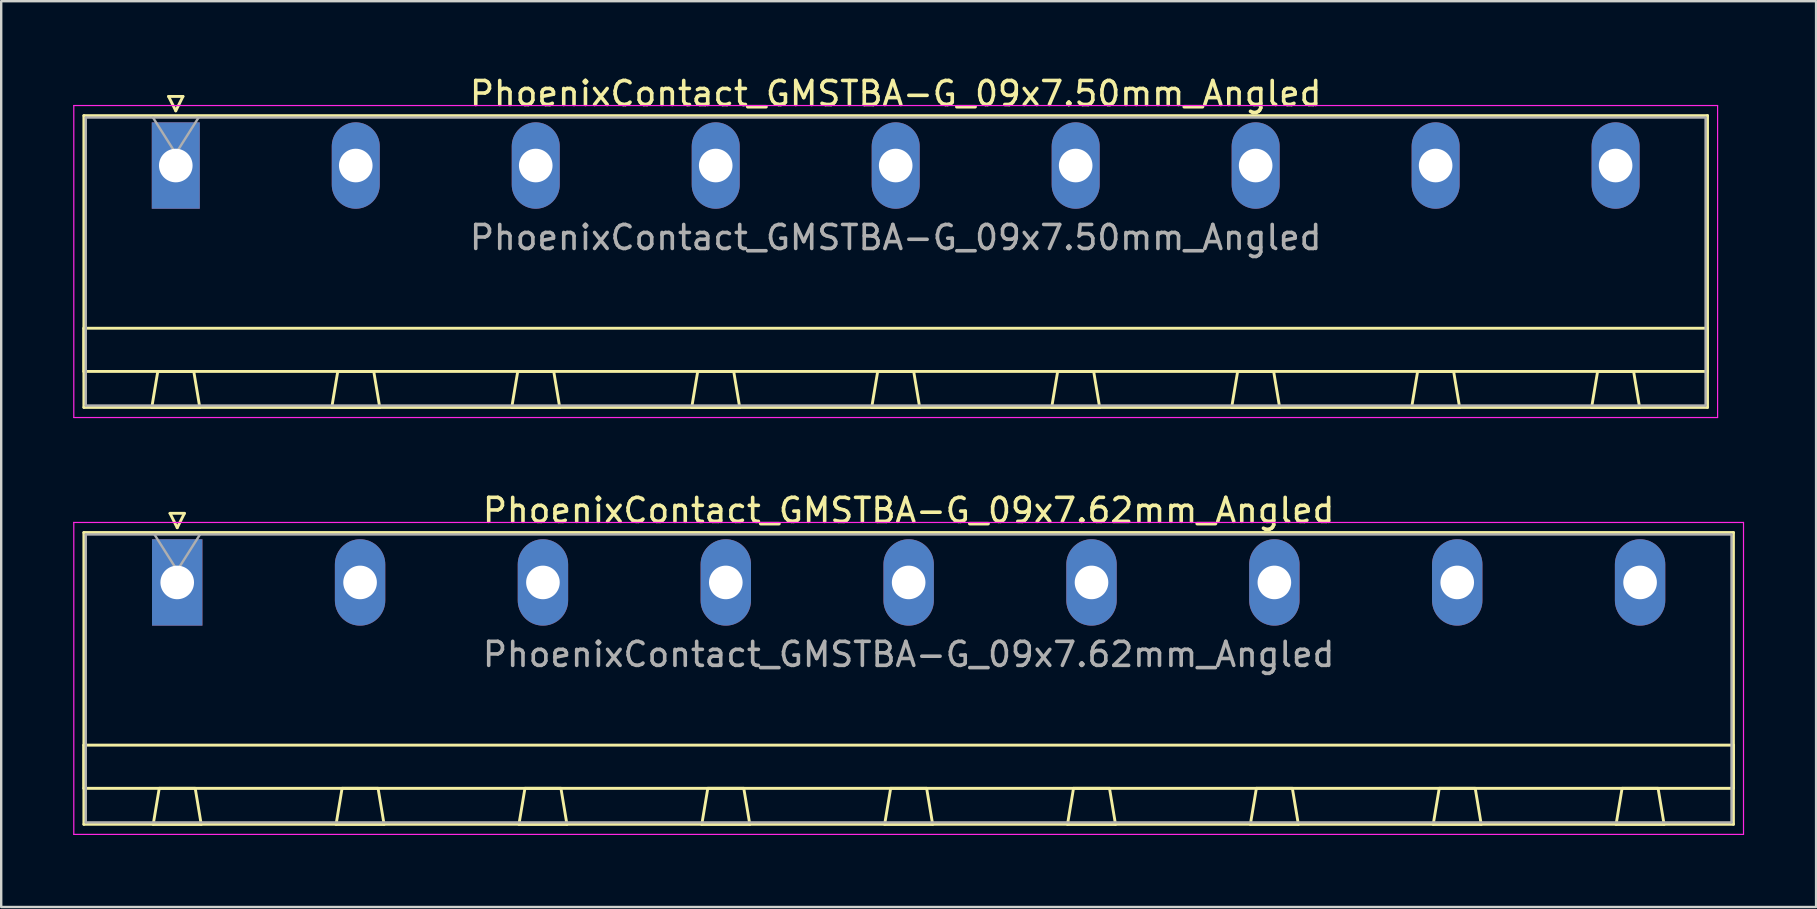
<source format=kicad_pcb>
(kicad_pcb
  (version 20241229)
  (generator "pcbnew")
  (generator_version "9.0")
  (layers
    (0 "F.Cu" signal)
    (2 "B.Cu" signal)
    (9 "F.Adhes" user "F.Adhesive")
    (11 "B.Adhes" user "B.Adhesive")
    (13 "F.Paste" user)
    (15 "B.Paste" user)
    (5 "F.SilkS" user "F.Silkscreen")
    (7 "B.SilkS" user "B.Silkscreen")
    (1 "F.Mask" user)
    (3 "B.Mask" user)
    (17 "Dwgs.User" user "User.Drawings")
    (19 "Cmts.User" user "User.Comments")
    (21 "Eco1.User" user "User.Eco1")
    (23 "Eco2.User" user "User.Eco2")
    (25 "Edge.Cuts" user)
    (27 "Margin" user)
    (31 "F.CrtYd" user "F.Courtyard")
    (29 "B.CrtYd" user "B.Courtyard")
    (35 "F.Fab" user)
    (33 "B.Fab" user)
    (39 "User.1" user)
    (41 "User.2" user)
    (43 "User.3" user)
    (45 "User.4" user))
  (footprint "PhoenixContact_GMSTBA-G_09x7.62mm_Angled"
    (layer "F.Cu")
    (at 4.335 21.221)
    (property "Reference" "PhoenixContact_GMSTBA-G_09x7.62mm_Angled" (at 30.48 -3 0) (layer "F.SilkS") (effects (font (size 1 1) (thickness 0.15))))
    (attr through_hole)
    (fp_line (start -3.89 -2.08) (end -3.89 10.08) (stroke (width 0.12) (type solid)) (layer "F.SilkS"))
    (fp_line (start -3.89 6.78) (end 64.85 6.78) (stroke (width 0.12) (type solid)) (layer "F.SilkS"))
    (fp_line (start -3.89 8.58) (end -3.89 6.78) (stroke (width 0.12) (type solid)) (layer "F.SilkS"))
    (fp_line (start -3.89 10.08) (end 64.85 10.08) (stroke (width 0.12) (type solid)) (layer "F.SilkS"))
    (fp_line (start -1 10.08) (end 1 10.08) (stroke (width 0.12) (type solid)) (layer "F.SilkS"))
    (fp_line (start -0.75 8.58) (end -1 10.08) (stroke (width 0.12) (type solid)) (layer "F.SilkS"))
    (fp_line (start -0.3 -2.88) (end 0.3 -2.88) (stroke (width 0.12) (type solid)) (layer "F.SilkS"))
    (fp_line (start 0 -2.28) (end -0.3 -2.88) (stroke (width 0.12) (type solid)) (layer "F.SilkS"))
    (fp_line (start 0.3 -2.88) (end 0 -2.28) (stroke (width 0.12) (type solid)) (layer "F.SilkS"))
    (fp_line (start 0.75 8.58) (end -0.75 8.58) (stroke (width 0.12) (type solid)) (layer "F.SilkS"))
    (fp_line (start 1 10.08) (end 0.75 8.58) (stroke (width 0.12) (type solid)) (layer "F.SilkS"))
    (fp_line (start 6.62 10.08) (end 8.62 10.08) (stroke (width 0.12) (type solid)) (layer "F.SilkS"))
    (fp_line (start 6.87 8.58) (end 6.62 10.08) (stroke (width 0.12) (type solid)) (layer "F.SilkS"))
    (fp_line (start 8.37 8.58) (end 6.87 8.58) (stroke (width 0.12) (type solid)) (layer "F.SilkS"))
    (fp_line (start 8.62 10.08) (end 8.37 8.58) (stroke (width 0.12) (type solid)) (layer "F.SilkS"))
    (fp_line (start 14.24 10.08) (end 16.24 10.08) (stroke (width 0.12) (type solid)) (layer "F.SilkS"))
    (fp_line (start 14.49 8.58) (end 14.24 10.08) (stroke (width 0.12) (type solid)) (layer "F.SilkS"))
    (fp_line (start 15.99 8.58) (end 14.49 8.58) (stroke (width 0.12) (type solid)) (layer "F.SilkS"))
    (fp_line (start 16.24 10.08) (end 15.99 8.58) (stroke (width 0.12) (type solid)) (layer "F.SilkS"))
    (fp_line (start 21.86 10.08) (end 23.86 10.08) (stroke (width 0.12) (type solid)) (layer "F.SilkS"))
    (fp_line (start 22.11 8.58) (end 21.86 10.08) (stroke (width 0.12) (type solid)) (layer "F.SilkS"))
    (fp_line (start 23.61 8.58) (end 22.11 8.58) (stroke (width 0.12) (type solid)) (layer "F.SilkS"))
    (fp_line (start 23.86 10.08) (end 23.61 8.58) (stroke (width 0.12) (type solid)) (layer "F.SilkS"))
    (fp_line (start 29.48 10.08) (end 31.48 10.08) (stroke (width 0.12) (type solid)) (layer "F.SilkS"))
    (fp_line (start 29.73 8.58) (end 29.48 10.08) (stroke (width 0.12) (type solid)) (layer "F.SilkS"))
    (fp_line (start 31.23 8.58) (end 29.73 8.58) (stroke (width 0.12) (type solid)) (layer "F.SilkS"))
    (fp_line (start 31.48 10.08) (end 31.23 8.58) (stroke (width 0.12) (type solid)) (layer "F.SilkS"))
    (fp_line (start 37.1 10.08) (end 39.1 10.08) (stroke (width 0.12) (type solid)) (layer "F.SilkS"))
    (fp_line (start 37.35 8.58) (end 37.1 10.08) (stroke (width 0.12) (type solid)) (layer "F.SilkS"))
    (fp_line (start 38.85 8.58) (end 37.35 8.58) (stroke (width 0.12) (type solid)) (layer "F.SilkS"))
    (fp_line (start 39.1 10.08) (end 38.85 8.58) (stroke (width 0.12) (type solid)) (layer "F.SilkS"))
    (fp_line (start 44.72 10.08) (end 46.72 10.08) (stroke (width 0.12) (type solid)) (layer "F.SilkS"))
    (fp_line (start 44.97 8.58) (end 44.72 10.08) (stroke (width 0.12) (type solid)) (layer "F.SilkS"))
    (fp_line (start 46.47 8.58) (end 44.97 8.58) (stroke (width 0.12) (type solid)) (layer "F.SilkS"))
    (fp_line (start 46.72 10.08) (end 46.47 8.58) (stroke (width 0.12) (type solid)) (layer "F.SilkS"))
    (fp_line (start 52.34 10.08) (end 54.34 10.08) (stroke (width 0.12) (type solid)) (layer "F.SilkS"))
    (fp_line (start 52.59 8.58) (end 52.34 10.08) (stroke (width 0.12) (type solid)) (layer "F.SilkS"))
    (fp_line (start 54.09 8.58) (end 52.59 8.58) (stroke (width 0.12) (type solid)) (layer "F.SilkS"))
    (fp_line (start 54.34 10.08) (end 54.09 8.58) (stroke (width 0.12) (type solid)) (layer "F.SilkS"))
    (fp_line (start 59.96 10.08) (end 61.96 10.08) (stroke (width 0.12) (type solid)) (layer "F.SilkS"))
    (fp_line (start 60.21 8.58) (end 59.96 10.08) (stroke (width 0.12) (type solid)) (layer "F.SilkS"))
    (fp_line (start 61.71 8.58) (end 60.21 8.58) (stroke (width 0.12) (type solid)) (layer "F.SilkS"))
    (fp_line (start 61.96 10.08) (end 61.71 8.58) (stroke (width 0.12) (type solid)) (layer "F.SilkS"))
    (fp_line (start 64.85 -2.08) (end -3.89 -2.08) (stroke (width 0.12) (type solid)) (layer "F.SilkS"))
    (fp_line (start 64.85 6.78) (end 64.85 8.58) (stroke (width 0.12) (type solid)) (layer "F.SilkS"))
    (fp_line (start 64.85 8.58) (end -3.89 8.58) (stroke (width 0.12) (type solid)) (layer "F.SilkS"))
    (fp_line (start 64.85 10.08) (end 64.85 -2.08) (stroke (width 0.12) (type solid)) (layer "F.SilkS"))
    (fp_line (start -4.31 -2.5) (end -4.31 10.5) (stroke (width 0.05) (type solid)) (layer "F.CrtYd"))
    (fp_line (start -4.31 10.5) (end 65.27 10.5) (stroke (width 0.05) (type solid)) (layer "F.CrtYd"))
    (fp_line (start 65.27 -2.5) (end -4.31 -2.5) (stroke (width 0.05) (type solid)) (layer "F.CrtYd"))
    (fp_line (start 65.27 10.5) (end 65.27 -2.5) (stroke (width 0.05) (type solid)) (layer "F.CrtYd"))
    (fp_line (start -3.81 -2) (end -3.81 10) (stroke (width 0.1) (type solid)) (layer "F.Fab"))
    (fp_line (start -3.81 10) (end 64.77 10) (stroke (width 0.1) (type solid)) (layer "F.Fab"))
    (fp_line (start 0 -0.5) (end -0.95 -2) (stroke (width 0.1) (type solid)) (layer "F.Fab"))
    (fp_line (start 0.95 -2) (end 0 -0.5) (stroke (width 0.1) (type solid)) (layer "F.Fab"))
    (fp_line (start 64.77 -2) (end -3.81 -2) (stroke (width 0.1) (type solid)) (layer "F.Fab"))
    (fp_line (start 64.77 10) (end 64.77 -2) (stroke (width 0.1) (type solid)) (layer "F.Fab"))
    (fp_text user "${REFERENCE}" (at 30.48 3 0) (layer "F.Fab") (effects (font (size 1 1) (thickness 0.15))))
    (pad "1" thru_hole rect (at 0 0) (size 2.1 3.6) (drill 1.4) (layers "*.Cu" "*.Mask"))
    (pad "2" thru_hole oval (at 7.62 0) (size 2.1 3.6) (drill 1.4) (layers "*.Cu" "*.Mask"))
    (pad "3" thru_hole oval (at 15.24 0) (size 2.1 3.6) (drill 1.4) (layers "*.Cu" "*.Mask"))
    (pad "4" thru_hole oval (at 22.86 0) (size 2.1 3.6) (drill 1.4) (layers "*.Cu" "*.Mask"))
    (pad "5" thru_hole oval (at 30.48 0) (size 2.1 3.6) (drill 1.4) (layers "*.Cu" "*.Mask"))
    (pad "6" thru_hole oval (at 38.1 0) (size 2.1 3.6) (drill 1.4) (layers "*.Cu" "*.Mask"))
    (pad "7" thru_hole oval (at 45.72 0) (size 2.1 3.6) (drill 1.4) (layers "*.Cu" "*.Mask"))
    (pad "8" thru_hole oval (at 53.34 0) (size 2.1 3.6) (drill 1.4) (layers "*.Cu" "*.Mask"))
    (pad "9" thru_hole oval (at 60.96 0) (size 2.1 3.6) (drill 1.4) (layers "*.Cu" "*.Mask")))
  (footprint "PhoenixContact_GMSTBA-G_09x7.50mm_Angled"
    (layer "F.Cu")
    (at 4.275 3.848)
    (property "Reference" "PhoenixContact_GMSTBA-G_09x7.50mm_Angled" (at 30 -3 0) (layer "F.SilkS") (effects (font (size 1 1) (thickness 0.15))))
    (attr through_hole)
    (fp_line (start -3.83 -2.08) (end -3.83 10.08) (stroke (width 0.12) (type solid)) (layer "F.SilkS"))
    (fp_line (start -3.83 6.78) (end 63.83 6.78) (stroke (width 0.12) (type solid)) (layer "F.SilkS"))
    (fp_line (start -3.83 8.58) (end -3.83 6.78) (stroke (width 0.12) (type solid)) (layer "F.SilkS"))
    (fp_line (start -3.83 10.08) (end 63.83 10.08) (stroke (width 0.12) (type solid)) (layer "F.SilkS"))
    (fp_line (start -1 10.08) (end 1 10.08) (stroke (width 0.12) (type solid)) (layer "F.SilkS"))
    (fp_line (start -0.75 8.58) (end -1 10.08) (stroke (width 0.12) (type solid)) (layer "F.SilkS"))
    (fp_line (start -0.3 -2.88) (end 0.3 -2.88) (stroke (width 0.12) (type solid)) (layer "F.SilkS"))
    (fp_line (start 0 -2.28) (end -0.3 -2.88) (stroke (width 0.12) (type solid)) (layer "F.SilkS"))
    (fp_line (start 0.3 -2.88) (end 0 -2.28) (stroke (width 0.12) (type solid)) (layer "F.SilkS"))
    (fp_line (start 0.75 8.58) (end -0.75 8.58) (stroke (width 0.12) (type solid)) (layer "F.SilkS"))
    (fp_line (start 1 10.08) (end 0.75 8.58) (stroke (width 0.12) (type solid)) (layer "F.SilkS"))
    (fp_line (start 6.5 10.08) (end 8.5 10.08) (stroke (width 0.12) (type solid)) (layer "F.SilkS"))
    (fp_line (start 6.75 8.58) (end 6.5 10.08) (stroke (width 0.12) (type solid)) (layer "F.SilkS"))
    (fp_line (start 8.25 8.58) (end 6.75 8.58) (stroke (width 0.12) (type solid)) (layer "F.SilkS"))
    (fp_line (start 8.5 10.08) (end 8.25 8.58) (stroke (width 0.12) (type solid)) (layer "F.SilkS"))
    (fp_line (start 14 10.08) (end 16 10.08) (stroke (width 0.12) (type solid)) (layer "F.SilkS"))
    (fp_line (start 14.25 8.58) (end 14 10.08) (stroke (width 0.12) (type solid)) (layer "F.SilkS"))
    (fp_line (start 15.75 8.58) (end 14.25 8.58) (stroke (width 0.12) (type solid)) (layer "F.SilkS"))
    (fp_line (start 16 10.08) (end 15.75 8.58) (stroke (width 0.12) (type solid)) (layer "F.SilkS"))
    (fp_line (start 21.5 10.08) (end 23.5 10.08) (stroke (width 0.12) (type solid)) (layer "F.SilkS"))
    (fp_line (start 21.75 8.58) (end 21.5 10.08) (stroke (width 0.12) (type solid)) (layer "F.SilkS"))
    (fp_line (start 23.25 8.58) (end 21.75 8.58) (stroke (width 0.12) (type solid)) (layer "F.SilkS"))
    (fp_line (start 23.5 10.08) (end 23.25 8.58) (stroke (width 0.12) (type solid)) (layer "F.SilkS"))
    (fp_line (start 29 10.08) (end 31 10.08) (stroke (width 0.12) (type solid)) (layer "F.SilkS"))
    (fp_line (start 29.25 8.58) (end 29 10.08) (stroke (width 0.12) (type solid)) (layer "F.SilkS"))
    (fp_line (start 30.75 8.58) (end 29.25 8.58) (stroke (width 0.12) (type solid)) (layer "F.SilkS"))
    (fp_line (start 31 10.08) (end 30.75 8.58) (stroke (width 0.12) (type solid)) (layer "F.SilkS"))
    (fp_line (start 36.5 10.08) (end 38.5 10.08) (stroke (width 0.12) (type solid)) (layer "F.SilkS"))
    (fp_line (start 36.75 8.58) (end 36.5 10.08) (stroke (width 0.12) (type solid)) (layer "F.SilkS"))
    (fp_line (start 38.25 8.58) (end 36.75 8.58) (stroke (width 0.12) (type solid)) (layer "F.SilkS"))
    (fp_line (start 38.5 10.08) (end 38.25 8.58) (stroke (width 0.12) (type solid)) (layer "F.SilkS"))
    (fp_line (start 44 10.08) (end 46 10.08) (stroke (width 0.12) (type solid)) (layer "F.SilkS"))
    (fp_line (start 44.25 8.58) (end 44 10.08) (stroke (width 0.12) (type solid)) (layer "F.SilkS"))
    (fp_line (start 45.75 8.58) (end 44.25 8.58) (stroke (width 0.12) (type solid)) (layer "F.SilkS"))
    (fp_line (start 46 10.08) (end 45.75 8.58) (stroke (width 0.12) (type solid)) (layer "F.SilkS"))
    (fp_line (start 51.5 10.08) (end 53.5 10.08) (stroke (width 0.12) (type solid)) (layer "F.SilkS"))
    (fp_line (start 51.75 8.58) (end 51.5 10.08) (stroke (width 0.12) (type solid)) (layer "F.SilkS"))
    (fp_line (start 53.25 8.58) (end 51.75 8.58) (stroke (width 0.12) (type solid)) (layer "F.SilkS"))
    (fp_line (start 53.5 10.08) (end 53.25 8.58) (stroke (width 0.12) (type solid)) (layer "F.SilkS"))
    (fp_line (start 59 10.08) (end 61 10.08) (stroke (width 0.12) (type solid)) (layer "F.SilkS"))
    (fp_line (start 59.25 8.58) (end 59 10.08) (stroke (width 0.12) (type solid)) (layer "F.SilkS"))
    (fp_line (start 60.75 8.58) (end 59.25 8.58) (stroke (width 0.12) (type solid)) (layer "F.SilkS"))
    (fp_line (start 61 10.08) (end 60.75 8.58) (stroke (width 0.12) (type solid)) (layer "F.SilkS"))
    (fp_line (start 63.83 -2.08) (end -3.83 -2.08) (stroke (width 0.12) (type solid)) (layer "F.SilkS"))
    (fp_line (start 63.83 6.78) (end 63.83 8.58) (stroke (width 0.12) (type solid)) (layer "F.SilkS"))
    (fp_line (start 63.83 8.58) (end -3.83 8.58) (stroke (width 0.12) (type solid)) (layer "F.SilkS"))
    (fp_line (start 63.83 10.08) (end 63.83 -2.08) (stroke (width 0.12) (type solid)) (layer "F.SilkS"))
    (fp_line (start -4.25 -2.5) (end -4.25 10.5) (stroke (width 0.05) (type solid)) (layer "F.CrtYd"))
    (fp_line (start -4.25 10.5) (end 64.25 10.5) (stroke (width 0.05) (type solid)) (layer "F.CrtYd"))
    (fp_line (start 64.25 -2.5) (end -4.25 -2.5) (stroke (width 0.05) (type solid)) (layer "F.CrtYd"))
    (fp_line (start 64.25 10.5) (end 64.25 -2.5) (stroke (width 0.05) (type solid)) (layer "F.CrtYd"))
    (fp_line (start -3.75 -2) (end -3.75 10) (stroke (width 0.1) (type solid)) (layer "F.Fab"))
    (fp_line (start -3.75 10) (end 63.75 10) (stroke (width 0.1) (type solid)) (layer "F.Fab"))
    (fp_line (start 0 -0.5) (end -0.95 -2) (stroke (width 0.1) (type solid)) (layer "F.Fab"))
    (fp_line (start 0.95 -2) (end 0 -0.5) (stroke (width 0.1) (type solid)) (layer "F.Fab"))
    (fp_line (start 63.75 -2) (end -3.75 -2) (stroke (width 0.1) (type solid)) (layer "F.Fab"))
    (fp_line (start 63.75 10) (end 63.75 -2) (stroke (width 0.1) (type solid)) (layer "F.Fab"))
    (fp_text user "${REFERENCE}" (at 30 3 0) (layer "F.Fab") (effects (font (size 1 1) (thickness 0.15))))
    (pad "1" thru_hole rect (at 0 0) (size 2 3.6) (drill 1.4) (layers "*.Cu" "*.Mask"))
    (pad "2" thru_hole oval (at 7.5 0) (size 2 3.6) (drill 1.4) (layers "*.Cu" "*.Mask"))
    (pad "3" thru_hole oval (at 15 0) (size 2 3.6) (drill 1.4) (layers "*.Cu" "*.Mask"))
    (pad "4" thru_hole oval (at 22.5 0) (size 2 3.6) (drill 1.4) (layers "*.Cu" "*.Mask"))
    (pad "5" thru_hole oval (at 30 0) (size 2 3.6) (drill 1.4) (layers "*.Cu" "*.Mask"))
    (pad "6" thru_hole oval (at 37.5 0) (size 2 3.6) (drill 1.4) (layers "*.Cu" "*.Mask"))
    (pad "7" thru_hole oval (at 45 0) (size 2 3.6) (drill 1.4) (layers "*.Cu" "*.Mask"))
    (pad "8" thru_hole oval (at 52.5 0) (size 2 3.6) (drill 1.4) (layers "*.Cu" "*.Mask"))
    (pad "9" thru_hole oval (at 60 0) (size 2 3.6) (drill 1.4) (layers "*.Cu" "*.Mask")))
  (gr_rect
    (start -3 -3)
    (end 72.63 34.746)
    (stroke (width 0.1) (type default))
    (fill no)
    (layer "Edge.Cuts")))
</source>
